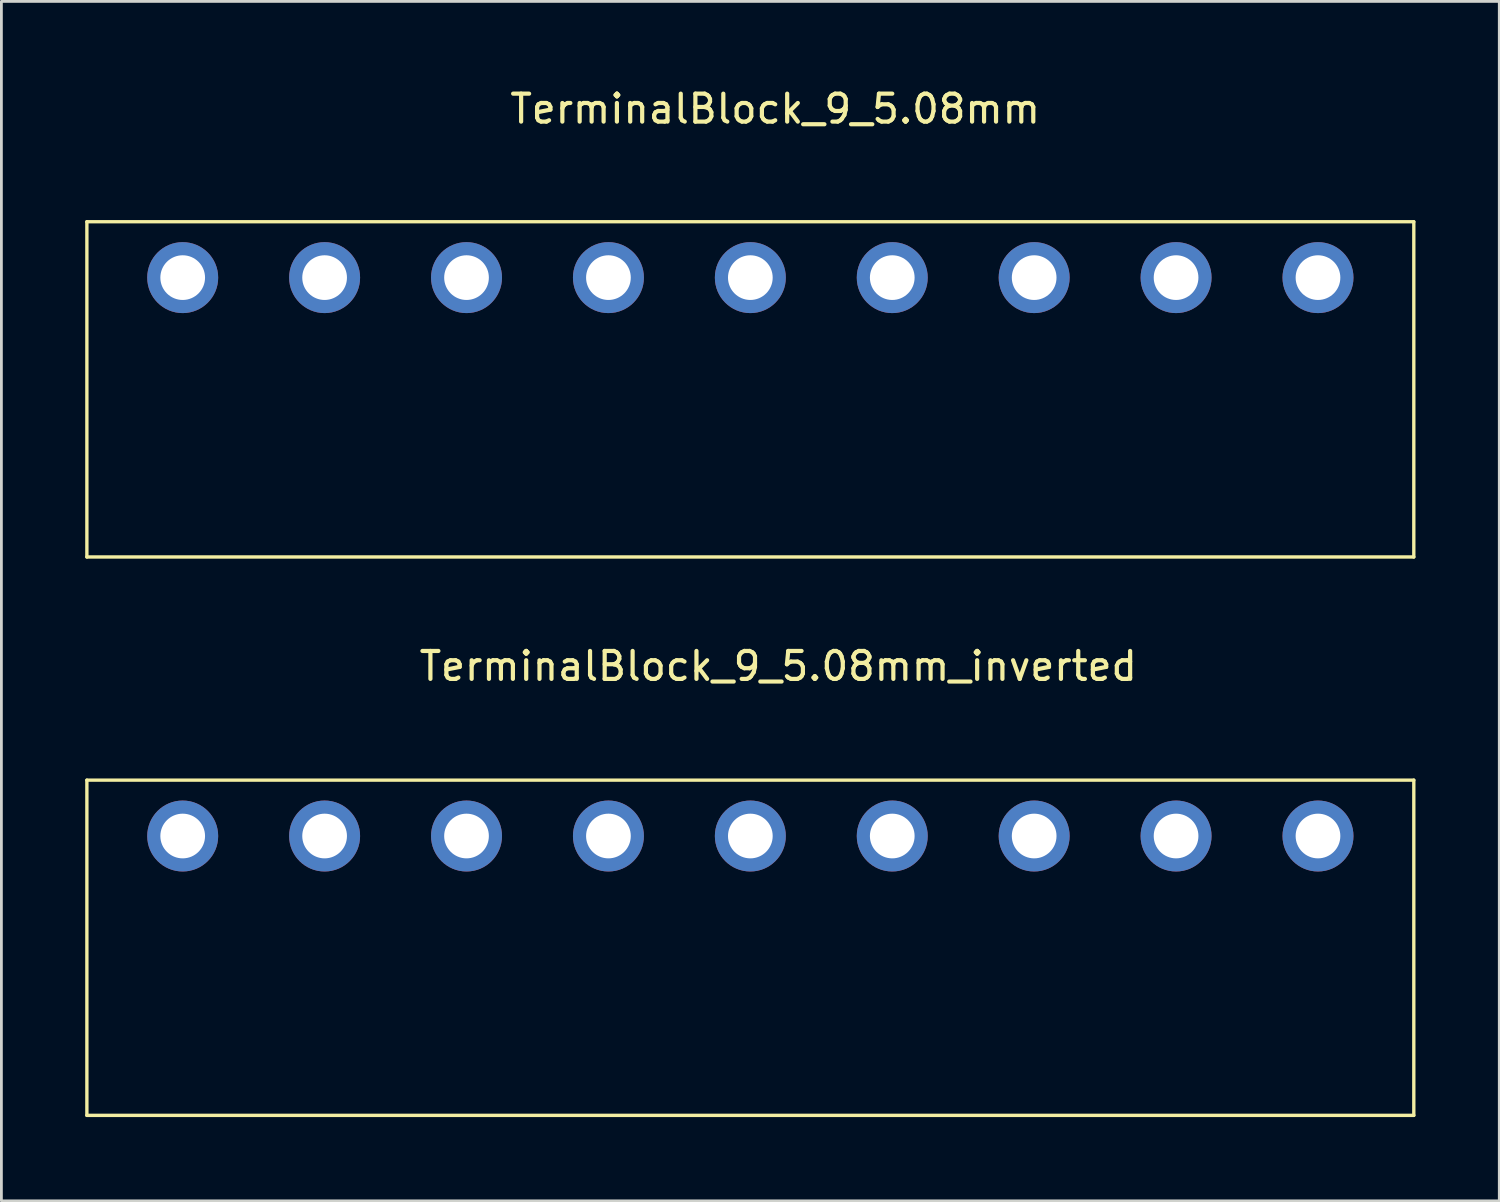
<source format=kicad_pcb>
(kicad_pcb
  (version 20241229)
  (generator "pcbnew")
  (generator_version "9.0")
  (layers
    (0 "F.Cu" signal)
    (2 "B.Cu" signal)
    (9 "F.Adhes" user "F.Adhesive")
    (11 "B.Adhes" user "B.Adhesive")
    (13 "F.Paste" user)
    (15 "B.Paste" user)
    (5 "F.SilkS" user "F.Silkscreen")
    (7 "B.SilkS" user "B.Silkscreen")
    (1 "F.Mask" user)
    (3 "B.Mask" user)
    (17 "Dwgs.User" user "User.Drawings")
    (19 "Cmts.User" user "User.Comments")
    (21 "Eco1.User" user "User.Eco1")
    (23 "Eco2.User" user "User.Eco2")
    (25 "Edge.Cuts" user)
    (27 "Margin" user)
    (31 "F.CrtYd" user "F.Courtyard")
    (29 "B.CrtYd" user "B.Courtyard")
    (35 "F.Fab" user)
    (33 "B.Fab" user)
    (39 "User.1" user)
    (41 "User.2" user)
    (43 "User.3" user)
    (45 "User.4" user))
  (footprint "TerminalBlock_9_5.08mm_inverted"
    (layer "F.Cu")
    (at 23.81 26.877)
    (property "Reference" "TerminalBlock_9_5.08mm_inverted" (at 1 -6.08 0) (layer "F.SilkS") (effects (font (size 1 1) (thickness 0.15))))
    (attr through_hole)
    (fp_line (start -23.75 -2) (end -23.75 10) (stroke (width 0.12) (type solid)) (layer "F.SilkS"))
    (fp_line (start -23.75 10) (end 23.75 10) (stroke (width 0.12) (type solid)) (layer "F.SilkS"))
    (fp_line (start 23.75 -2) (end -23.75 -2) (stroke (width 0.12) (type solid)) (layer "F.SilkS"))
    (fp_line (start 23.75 10) (end 23.75 -2) (stroke (width 0.12) (type solid)) (layer "F.SilkS"))
    (pad "1" thru_hole circle (at -20.32 0) (size 2.54 2.54) (drill 1.6) (layers "*.Cu" "*.Mask"))
    (pad "2" thru_hole circle (at -15.24 0) (size 2.54 2.54) (drill 1.6) (layers "*.Cu" "*.Mask"))
    (pad "3" thru_hole circle (at -10.16 0) (size 2.54 2.54) (drill 1.6) (layers "*.Cu" "*.Mask"))
    (pad "4" thru_hole circle (at -5.08 0) (size 2.54 2.54) (drill 1.6) (layers "*.Cu" "*.Mask"))
    (pad "5" thru_hole circle (at 0 0) (size 2.54 2.54) (drill 1.6) (layers "*.Cu" "*.Mask"))
    (pad "6" thru_hole circle (at 5.08 0) (size 2.54 2.54) (drill 1.6) (layers "*.Cu" "*.Mask"))
    (pad "7" thru_hole circle (at 10.16 0) (size 2.54 2.54) (drill 1.6) (layers "*.Cu" "*.Mask"))
    (pad "8" thru_hole circle (at 15.24 0) (size 2.54 2.54) (drill 1.6) (layers "*.Cu" "*.Mask"))
    (pad "9" thru_hole circle (at 20.32 0) (size 2.54 2.54) (drill 1.6) (layers "*.Cu" "*.Mask")))
  (footprint "TerminalBlock_9_5.08mm"
    (layer "F.Cu")
    (at 23.81 6.888)
    (property "Reference" "TerminalBlock_9_5.08mm" (at 0.89 -6.04 0) (layer "F.SilkS") (effects (font (size 1 1) (thickness 0.15))))
    (attr through_hole)
    (fp_line (start -23.75 -2) (end -23.75 10) (stroke (width 0.12) (type solid)) (layer "F.SilkS"))
    (fp_line (start -23.75 10) (end 23.75 10) (stroke (width 0.12) (type solid)) (layer "F.SilkS"))
    (fp_line (start 23.75 -2) (end -23.75 -2) (stroke (width 0.12) (type solid)) (layer "F.SilkS"))
    (fp_line (start 23.75 10) (end 23.75 -2) (stroke (width 0.12) (type solid)) (layer "F.SilkS"))
    (pad "1" thru_hole circle (at -20.32 0) (size 2.54 2.54) (drill 1.6) (layers "*.Cu" "*.Mask"))
    (pad "2" thru_hole circle (at -15.24 0) (size 2.54 2.54) (drill 1.6) (layers "*.Cu" "*.Mask"))
    (pad "3" thru_hole circle (at -10.16 0) (size 2.54 2.54) (drill 1.6) (layers "*.Cu" "*.Mask"))
    (pad "4" thru_hole circle (at -5.08 0) (size 2.54 2.54) (drill 1.6) (layers "*.Cu" "*.Mask"))
    (pad "5" thru_hole circle (at 0 0) (size 2.54 2.54) (drill 1.6) (layers "*.Cu" "*.Mask"))
    (pad "6" thru_hole circle (at 5.08 0) (size 2.54 2.54) (drill 1.6) (layers "*.Cu" "*.Mask"))
    (pad "7" thru_hole circle (at 10.16 0) (size 2.54 2.54) (drill 1.6) (layers "*.Cu" "*.Mask"))
    (pad "8" thru_hole circle (at 15.24 0) (size 2.54 2.54) (drill 1.6) (layers "*.Cu" "*.Mask"))
    (pad "9" thru_hole circle (at 20.32 0) (size 2.54 2.54) (drill 1.6) (layers "*.Cu" "*.Mask")))
  (gr_rect
    (start -3 -3)
    (end 50.62 39.937)
    (stroke (width 0.1) (type default))
    (fill no)
    (layer "Edge.Cuts")))
</source>
